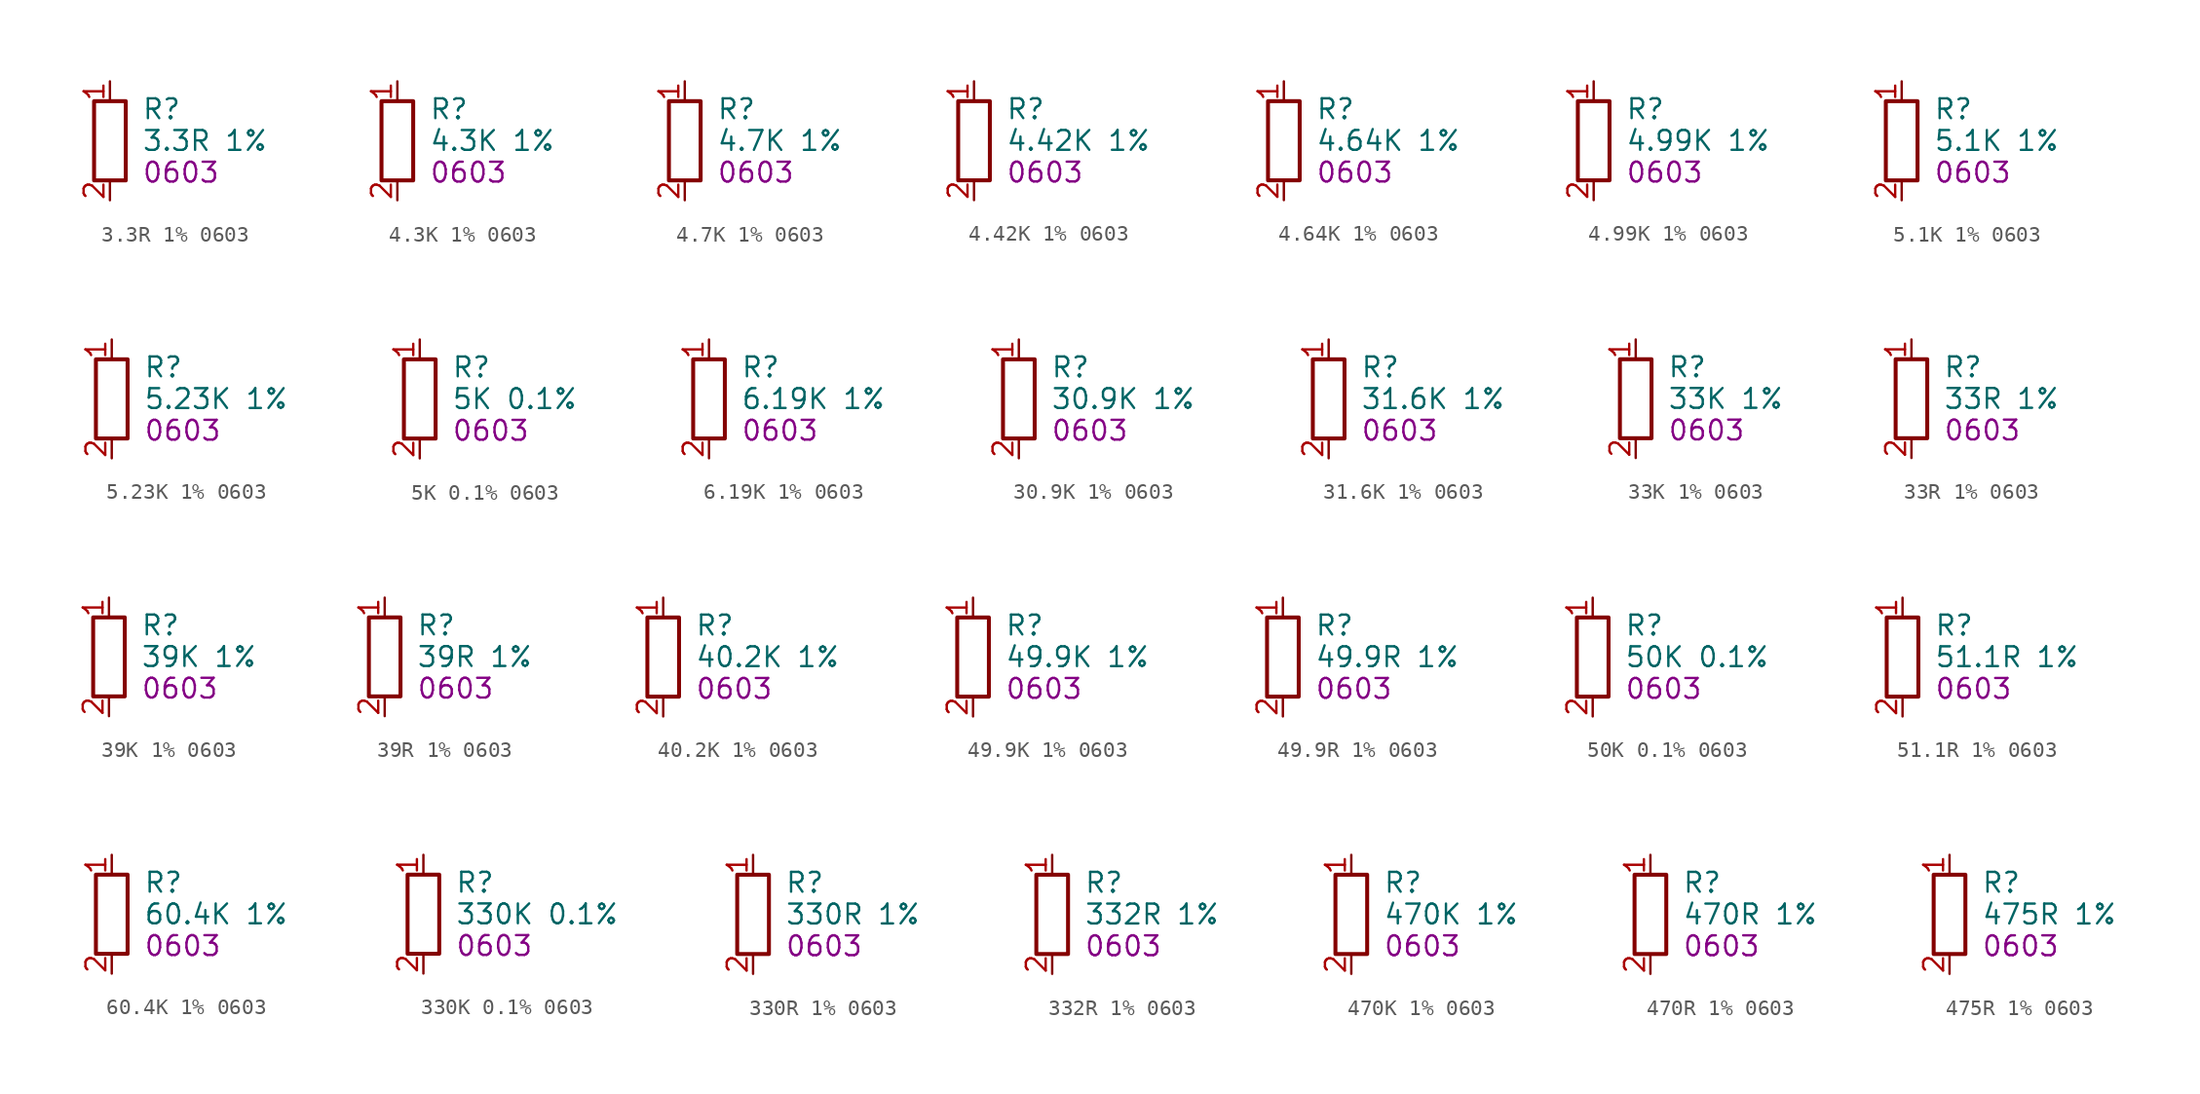
<source format=kicad_sym>
(kicad_symbol_lib
  (version 20241209)
  (generator "kicad_symbol_editor")
  (generator_version "9.0")
  (symbol "3.3R 1% 0603"
    (property "Reference" "R"
      (at 2.032 2.032 0)
      (effects (font (size 1.27 1.27)) (justify left)))
    (property "Value" "3.3R 1%"
      (at 2.032 0 0)
      (effects (font (size 1.27 1.27)) (justify left)))
    (property "FOOTPRINT_SHORT" "0603"
      (at 2.032 -2.032 0)
      (effects (font (size 1.27 1.27)) (justify left)))
    (symbol "3.3R 1% 0603_0_1"
      (rectangle (start -1.016 2.54) (end 1.016 -2.54) (stroke (width 0.254) (type default)) (fill (type none))))
    (symbol "3.3R 1% 0603_1_1"
      (pin passive line (at 0 3.81 270) (length 1.27) (name "~" (effects (font (size 1.27 1.27)))) (number "1" (effects (font (size 1.27 1.27)))))
      (pin passive line (at 0 -3.81 90) (length 1.27) (name "~" (effects (font (size 1.27 1.27)))) (number "2" (effects (font (size 1.27 1.27)))))))
  (symbol "4.3K 1% 0603"
    (property "Reference" "R"
      (at 2.032 2.032 0)
      (effects (font (size 1.27 1.27)) (justify left)))
    (property "Value" "4.3K 1%"
      (at 2.032 0 0)
      (effects (font (size 1.27 1.27)) (justify left)))
    (property "FOOTPRINT_SHORT" "0603"
      (at 2.032 -2.032 0)
      (effects (font (size 1.27 1.27)) (justify left)))
    (symbol "4.3K 1% 0603_0_1"
      (rectangle (start -1.016 2.54) (end 1.016 -2.54) (stroke (width 0.254) (type default)) (fill (type none))))
    (symbol "4.3K 1% 0603_1_1"
      (pin passive line (at 0 3.81 270) (length 1.27) (name "~" (effects (font (size 1.27 1.27)))) (number "1" (effects (font (size 1.27 1.27)))))
      (pin passive line (at 0 -3.81 90) (length 1.27) (name "~" (effects (font (size 1.27 1.27)))) (number "2" (effects (font (size 1.27 1.27)))))))
  (symbol "4.7K 1% 0603"
    (property "Reference" "R"
      (at 2.032 2.032 0)
      (effects (font (size 1.27 1.27)) (justify left)))
    (property "Value" "4.7K 1%"
      (at 2.032 0 0)
      (effects (font (size 1.27 1.27)) (justify left)))
    (property "FOOTPRINT_SHORT" "0603"
      (at 2.032 -2.032 0)
      (effects (font (size 1.27 1.27)) (justify left)))
    (symbol "4.7K 1% 0603_0_1"
      (rectangle (start -1.016 2.54) (end 1.016 -2.54) (stroke (width 0.254) (type default)) (fill (type none))))
    (symbol "4.7K 1% 0603_1_1"
      (pin passive line (at 0 3.81 270) (length 1.27) (name "~" (effects (font (size 1.27 1.27)))) (number "1" (effects (font (size 1.27 1.27)))))
      (pin passive line (at 0 -3.81 90) (length 1.27) (name "~" (effects (font (size 1.27 1.27)))) (number "2" (effects (font (size 1.27 1.27)))))))
  (symbol "4.42K 1% 0603"
    (property "Reference" "R"
      (at 2.032 2.032 0)
      (effects (font (size 1.27 1.27)) (justify left)))
    (property "Value" "4.42K 1%"
      (at 2.032 0 0)
      (effects (font (size 1.27 1.27)) (justify left)))
    (property "FOOTPRINT_SHORT" "0603"
      (at 2.032 -2.032 0)
      (effects (font (size 1.27 1.27)) (justify left)))
    (symbol "4.42K 1% 0603_0_1"
      (rectangle (start -1.016 2.54) (end 1.016 -2.54) (stroke (width 0.254) (type default)) (fill (type none))))
    (symbol "4.42K 1% 0603_1_1"
      (pin passive line (at 0 3.81 270) (length 1.27) (name "~" (effects (font (size 1.27 1.27)))) (number "1" (effects (font (size 1.27 1.27)))))
      (pin passive line (at 0 -3.81 90) (length 1.27) (name "~" (effects (font (size 1.27 1.27)))) (number "2" (effects (font (size 1.27 1.27)))))))
  (symbol "4.64K 1% 0603"
    (property "Reference" "R"
      (at 2.032 2.032 0)
      (effects (font (size 1.27 1.27)) (justify left)))
    (property "Value" "4.64K 1%"
      (at 2.032 0 0)
      (effects (font (size 1.27 1.27)) (justify left)))
    (property "FOOTPRINT_SHORT" "0603"
      (at 2.032 -2.032 0)
      (effects (font (size 1.27 1.27)) (justify left)))
    (symbol "4.64K 1% 0603_0_1"
      (rectangle (start -1.016 2.54) (end 1.016 -2.54) (stroke (width 0.254) (type default)) (fill (type none))))
    (symbol "4.64K 1% 0603_1_1"
      (pin passive line (at 0 3.81 270) (length 1.27) (name "~" (effects (font (size 1.27 1.27)))) (number "1" (effects (font (size 1.27 1.27)))))
      (pin passive line (at 0 -3.81 90) (length 1.27) (name "~" (effects (font (size 1.27 1.27)))) (number "2" (effects (font (size 1.27 1.27)))))))
  (symbol "4.99K 1% 0603"
    (property "Reference" "R"
      (at 2.032 2.032 0)
      (effects (font (size 1.27 1.27)) (justify left)))
    (property "Value" "4.99K 1%"
      (at 2.032 0 0)
      (effects (font (size 1.27 1.27)) (justify left)))
    (property "FOOTPRINT_SHORT" "0603"
      (at 2.032 -2.032 0)
      (effects (font (size 1.27 1.27)) (justify left)))
    (symbol "4.99K 1% 0603_0_1"
      (rectangle (start -1.016 2.54) (end 1.016 -2.54) (stroke (width 0.254) (type default)) (fill (type none))))
    (symbol "4.99K 1% 0603_1_1"
      (pin passive line (at 0 3.81 270) (length 1.27) (name "~" (effects (font (size 1.27 1.27)))) (number "1" (effects (font (size 1.27 1.27)))))
      (pin passive line (at 0 -3.81 90) (length 1.27) (name "~" (effects (font (size 1.27 1.27)))) (number "2" (effects (font (size 1.27 1.27)))))))
  (symbol "5.1K 1% 0603"
    (property "Reference" "R"
      (at 2.032 2.032 0)
      (effects (font (size 1.27 1.27)) (justify left)))
    (property "Value" "5.1K 1%"
      (at 2.032 0 0)
      (effects (font (size 1.27 1.27)) (justify left)))
    (property "FOOTPRINT_SHORT" "0603"
      (at 2.032 -2.032 0)
      (effects (font (size 1.27 1.27)) (justify left)))
    (symbol "5.1K 1% 0603_0_1"
      (rectangle (start -1.016 2.54) (end 1.016 -2.54) (stroke (width 0.254) (type default)) (fill (type none))))
    (symbol "5.1K 1% 0603_1_1"
      (pin passive line (at 0 3.81 270) (length 1.27) (name "~" (effects (font (size 1.27 1.27)))) (number "1" (effects (font (size 1.27 1.27)))))
      (pin passive line (at 0 -3.81 90) (length 1.27) (name "~" (effects (font (size 1.27 1.27)))) (number "2" (effects (font (size 1.27 1.27)))))))
  (symbol "5.23K 1% 0603"
    (property "Reference" "R"
      (at 2.032 2.032 0)
      (effects (font (size 1.27 1.27)) (justify left)))
    (property "Value" "5.23K 1%"
      (at 2.032 0 0)
      (effects (font (size 1.27 1.27)) (justify left)))
    (property "FOOTPRINT_SHORT" "0603"
      (at 2.032 -2.032 0)
      (effects (font (size 1.27 1.27)) (justify left)))
    (symbol "5.23K 1% 0603_0_1"
      (rectangle (start -1.016 2.54) (end 1.016 -2.54) (stroke (width 0.254) (type default)) (fill (type none))))
    (symbol "5.23K 1% 0603_1_1"
      (pin passive line (at 0 3.81 270) (length 1.27) (name "~" (effects (font (size 1.27 1.27)))) (number "1" (effects (font (size 1.27 1.27)))))
      (pin passive line (at 0 -3.81 90) (length 1.27) (name "~" (effects (font (size 1.27 1.27)))) (number "2" (effects (font (size 1.27 1.27)))))))
  (symbol "5K 0.1% 0603"
    (property "Reference" "R"
      (at 2.032 2.032 0)
      (effects (font (size 1.27 1.27)) (justify left)))
    (property "Value" "5K 0.1%"
      (at 2.032 0 0)
      (effects (font (size 1.27 1.27)) (justify left)))
    (property "FOOTPRINT_SHORT" "0603"
      (at 2.032 -2.032 0)
      (effects (font (size 1.27 1.27)) (justify left)))
    (symbol "5K 0.1% 0603_0_1"
      (rectangle (start -1.016 2.54) (end 1.016 -2.54) (stroke (width 0.254) (type default)) (fill (type none))))
    (symbol "5K 0.1% 0603_1_1"
      (pin passive line (at 0 3.81 270) (length 1.27) (name "~" (effects (font (size 1.27 1.27)))) (number "1" (effects (font (size 1.27 1.27)))))
      (pin passive line (at 0 -3.81 90) (length 1.27) (name "~" (effects (font (size 1.27 1.27)))) (number "2" (effects (font (size 1.27 1.27)))))))
  (symbol "6.19K 1% 0603"
    (property "Reference" "R"
      (at 2.032 2.032 0)
      (effects (font (size 1.27 1.27)) (justify left)))
    (property "Value" "6.19K 1%"
      (at 2.032 0 0)
      (effects (font (size 1.27 1.27)) (justify left)))
    (property "FOOTPRINT_SHORT" "0603"
      (at 2.032 -2.032 0)
      (effects (font (size 1.27 1.27)) (justify left)))
    (symbol "6.19K 1% 0603_0_1"
      (rectangle (start -1.016 2.54) (end 1.016 -2.54) (stroke (width 0.254) (type default)) (fill (type none))))
    (symbol "6.19K 1% 0603_1_1"
      (pin passive line (at 0 3.81 270) (length 1.27) (name "~" (effects (font (size 1.27 1.27)))) (number "1" (effects (font (size 1.27 1.27)))))
      (pin passive line (at 0 -3.81 90) (length 1.27) (name "~" (effects (font (size 1.27 1.27)))) (number "2" (effects (font (size 1.27 1.27)))))))
  (symbol "30.9K 1% 0603"
    (property "Reference" "R"
      (at 2.032 2.032 0)
      (effects (font (size 1.27 1.27)) (justify left)))
    (property "Value" "30.9K 1%"
      (at 2.032 0 0)
      (effects (font (size 1.27 1.27)) (justify left)))
    (property "FOOTPRINT_SHORT" "0603"
      (at 2.032 -2.032 0)
      (effects (font (size 1.27 1.27)) (justify left)))
    (symbol "30.9K 1% 0603_0_1"
      (rectangle (start -1.016 2.54) (end 1.016 -2.54) (stroke (width 0.254) (type default)) (fill (type none))))
    (symbol "30.9K 1% 0603_1_1"
      (pin passive line (at 0 3.81 270) (length 1.27) (name "~" (effects (font (size 1.27 1.27)))) (number "1" (effects (font (size 1.27 1.27)))))
      (pin passive line (at 0 -3.81 90) (length 1.27) (name "~" (effects (font (size 1.27 1.27)))) (number "2" (effects (font (size 1.27 1.27)))))))
  (symbol "31.6K 1% 0603"
    (property "Reference" "R"
      (at 2.032 2.032 0)
      (effects (font (size 1.27 1.27)) (justify left)))
    (property "Value" "31.6K 1%"
      (at 2.032 0 0)
      (effects (font (size 1.27 1.27)) (justify left)))
    (property "FOOTPRINT_SHORT" "0603"
      (at 2.032 -2.032 0)
      (effects (font (size 1.27 1.27)) (justify left)))
    (symbol "31.6K 1% 0603_0_1"
      (rectangle (start -1.016 2.54) (end 1.016 -2.54) (stroke (width 0.254) (type default)) (fill (type none))))
    (symbol "31.6K 1% 0603_1_1"
      (pin passive line (at 0 3.81 270) (length 1.27) (name "~" (effects (font (size 1.27 1.27)))) (number "1" (effects (font (size 1.27 1.27)))))
      (pin passive line (at 0 -3.81 90) (length 1.27) (name "~" (effects (font (size 1.27 1.27)))) (number "2" (effects (font (size 1.27 1.27)))))))
  (symbol "33K 1% 0603"
    (property "Reference" "R"
      (at 2.032 2.032 0)
      (effects (font (size 1.27 1.27)) (justify left)))
    (property "Value" "33K 1%"
      (at 2.032 0 0)
      (effects (font (size 1.27 1.27)) (justify left)))
    (property "FOOTPRINT_SHORT" "0603"
      (at 2.032 -2.032 0)
      (effects (font (size 1.27 1.27)) (justify left)))
    (symbol "33K 1% 0603_0_1"
      (rectangle (start -1.016 2.54) (end 1.016 -2.54) (stroke (width 0.254) (type default)) (fill (type none))))
    (symbol "33K 1% 0603_1_1"
      (pin passive line (at 0 3.81 270) (length 1.27) (name "~" (effects (font (size 1.27 1.27)))) (number "1" (effects (font (size 1.27 1.27)))))
      (pin passive line (at 0 -3.81 90) (length 1.27) (name "~" (effects (font (size 1.27 1.27)))) (number "2" (effects (font (size 1.27 1.27)))))))
  (symbol "33R 1% 0603"
    (property "Reference" "R"
      (at 2.032 2.032 0)
      (effects (font (size 1.27 1.27)) (justify left)))
    (property "Value" "33R 1%"
      (at 2.032 0 0)
      (effects (font (size 1.27 1.27)) (justify left)))
    (property "FOOTPRINT_SHORT" "0603"
      (at 2.032 -2.032 0)
      (effects (font (size 1.27 1.27)) (justify left)))
    (symbol "33R 1% 0603_0_1"
      (rectangle (start -1.016 2.54) (end 1.016 -2.54) (stroke (width 0.254) (type default)) (fill (type none))))
    (symbol "33R 1% 0603_1_1"
      (pin passive line (at 0 3.81 270) (length 1.27) (name "~" (effects (font (size 1.27 1.27)))) (number "1" (effects (font (size 1.27 1.27)))))
      (pin passive line (at 0 -3.81 90) (length 1.27) (name "~" (effects (font (size 1.27 1.27)))) (number "2" (effects (font (size 1.27 1.27)))))))
  (symbol "39K 1% 0603"
    (property "Reference" "R"
      (at 2.032 2.032 0)
      (effects (font (size 1.27 1.27)) (justify left)))
    (property "Value" "39K 1%"
      (at 2.032 0 0)
      (effects (font (size 1.27 1.27)) (justify left)))
    (property "FOOTPRINT_SHORT" "0603"
      (at 2.032 -2.032 0)
      (effects (font (size 1.27 1.27)) (justify left)))
    (symbol "39K 1% 0603_0_1"
      (rectangle (start -1.016 2.54) (end 1.016 -2.54) (stroke (width 0.254) (type default)) (fill (type none))))
    (symbol "39K 1% 0603_1_1"
      (pin passive line (at 0 3.81 270) (length 1.27) (name "~" (effects (font (size 1.27 1.27)))) (number "1" (effects (font (size 1.27 1.27)))))
      (pin passive line (at 0 -3.81 90) (length 1.27) (name "~" (effects (font (size 1.27 1.27)))) (number "2" (effects (font (size 1.27 1.27)))))))
  (symbol "39R 1% 0603"
    (property "Reference" "R"
      (at 2.032 2.032 0)
      (effects (font (size 1.27 1.27)) (justify left)))
    (property "Value" "39R 1%"
      (at 2.032 0 0)
      (effects (font (size 1.27 1.27)) (justify left)))
    (property "FOOTPRINT_SHORT" "0603"
      (at 2.032 -2.032 0)
      (effects (font (size 1.27 1.27)) (justify left)))
    (symbol "39R 1% 0603_0_1"
      (rectangle (start -1.016 2.54) (end 1.016 -2.54) (stroke (width 0.254) (type default)) (fill (type none))))
    (symbol "39R 1% 0603_1_1"
      (pin passive line (at 0 3.81 270) (length 1.27) (name "~" (effects (font (size 1.27 1.27)))) (number "1" (effects (font (size 1.27 1.27)))))
      (pin passive line (at 0 -3.81 90) (length 1.27) (name "~" (effects (font (size 1.27 1.27)))) (number "2" (effects (font (size 1.27 1.27)))))))
  (symbol "40.2K 1% 0603"
    (property "Reference" "R"
      (at 2.032 2.032 0)
      (effects (font (size 1.27 1.27)) (justify left)))
    (property "Value" "40.2K 1%"
      (at 2.032 0 0)
      (effects (font (size 1.27 1.27)) (justify left)))
    (property "FOOTPRINT_SHORT" "0603"
      (at 2.032 -2.032 0)
      (effects (font (size 1.27 1.27)) (justify left)))
    (symbol "40.2K 1% 0603_0_1"
      (rectangle (start -1.016 2.54) (end 1.016 -2.54) (stroke (width 0.254) (type default)) (fill (type none))))
    (symbol "40.2K 1% 0603_1_1"
      (pin passive line (at 0 3.81 270) (length 1.27) (name "~" (effects (font (size 1.27 1.27)))) (number "1" (effects (font (size 1.27 1.27)))))
      (pin passive line (at 0 -3.81 90) (length 1.27) (name "~" (effects (font (size 1.27 1.27)))) (number "2" (effects (font (size 1.27 1.27)))))))
  (symbol "49.9K 1% 0603"
    (property "Reference" "R"
      (at 2.032 2.032 0)
      (effects (font (size 1.27 1.27)) (justify left)))
    (property "Value" "49.9K 1%"
      (at 2.032 0 0)
      (effects (font (size 1.27 1.27)) (justify left)))
    (property "FOOTPRINT_SHORT" "0603"
      (at 2.032 -2.032 0)
      (effects (font (size 1.27 1.27)) (justify left)))
    (symbol "49.9K 1% 0603_0_1"
      (rectangle (start -1.016 2.54) (end 1.016 -2.54) (stroke (width 0.254) (type default)) (fill (type none))))
    (symbol "49.9K 1% 0603_1_1"
      (pin passive line (at 0 3.81 270) (length 1.27) (name "~" (effects (font (size 1.27 1.27)))) (number "1" (effects (font (size 1.27 1.27)))))
      (pin passive line (at 0 -3.81 90) (length 1.27) (name "~" (effects (font (size 1.27 1.27)))) (number "2" (effects (font (size 1.27 1.27)))))))
  (symbol "49.9R 1% 0603"
    (property "Reference" "R"
      (at 2.032 2.032 0)
      (effects (font (size 1.27 1.27)) (justify left)))
    (property "Value" "49.9R 1%"
      (at 2.032 0 0)
      (effects (font (size 1.27 1.27)) (justify left)))
    (property "FOOTPRINT_SHORT" "0603"
      (at 2.032 -2.032 0)
      (effects (font (size 1.27 1.27)) (justify left)))
    (symbol "49.9R 1% 0603_0_1"
      (rectangle (start -1.016 2.54) (end 1.016 -2.54) (stroke (width 0.254) (type default)) (fill (type none))))
    (symbol "49.9R 1% 0603_1_1"
      (pin passive line (at 0 3.81 270) (length 1.27) (name "~" (effects (font (size 1.27 1.27)))) (number "1" (effects (font (size 1.27 1.27)))))
      (pin passive line (at 0 -3.81 90) (length 1.27) (name "~" (effects (font (size 1.27 1.27)))) (number "2" (effects (font (size 1.27 1.27)))))))
  (symbol "50K 0.1% 0603"
    (property "Reference" "R"
      (at 2.032 2.032 0)
      (effects (font (size 1.27 1.27)) (justify left)))
    (property "Value" "50K 0.1%"
      (at 2.032 0 0)
      (effects (font (size 1.27 1.27)) (justify left)))
    (property "FOOTPRINT_SHORT" "0603"
      (at 2.032 -2.032 0)
      (effects (font (size 1.27 1.27)) (justify left)))
    (symbol "50K 0.1% 0603_0_1"
      (rectangle (start -1.016 2.54) (end 1.016 -2.54) (stroke (width 0.254) (type default)) (fill (type none))))
    (symbol "50K 0.1% 0603_1_1"
      (pin passive line (at 0 3.81 270) (length 1.27) (name "~" (effects (font (size 1.27 1.27)))) (number "1" (effects (font (size 1.27 1.27)))))
      (pin passive line (at 0 -3.81 90) (length 1.27) (name "~" (effects (font (size 1.27 1.27)))) (number "2" (effects (font (size 1.27 1.27)))))))
  (symbol "51.1R 1% 0603"
    (property "Reference" "R"
      (at 2.032 2.032 0)
      (effects (font (size 1.27 1.27)) (justify left)))
    (property "Value" "51.1R 1%"
      (at 2.032 0 0)
      (effects (font (size 1.27 1.27)) (justify left)))
    (property "FOOTPRINT_SHORT" "0603"
      (at 2.032 -2.032 0)
      (effects (font (size 1.27 1.27)) (justify left)))
    (symbol "51.1R 1% 0603_0_1"
      (rectangle (start -1.016 2.54) (end 1.016 -2.54) (stroke (width 0.254) (type default)) (fill (type none))))
    (symbol "51.1R 1% 0603_1_1"
      (pin passive line (at 0 3.81 270) (length 1.27) (name "~" (effects (font (size 1.27 1.27)))) (number "1" (effects (font (size 1.27 1.27)))))
      (pin passive line (at 0 -3.81 90) (length 1.27) (name "~" (effects (font (size 1.27 1.27)))) (number "2" (effects (font (size 1.27 1.27)))))))
  (symbol "60.4K 1% 0603"
    (property "Reference" "R"
      (at 2.032 2.032 0)
      (effects (font (size 1.27 1.27)) (justify left)))
    (property "Value" "60.4K 1%"
      (at 2.032 0 0)
      (effects (font (size 1.27 1.27)) (justify left)))
    (property "FOOTPRINT_SHORT" "0603"
      (at 2.032 -2.032 0)
      (effects (font (size 1.27 1.27)) (justify left)))
    (symbol "60.4K 1% 0603_0_1"
      (rectangle (start -1.016 2.54) (end 1.016 -2.54) (stroke (width 0.254) (type default)) (fill (type none))))
    (symbol "60.4K 1% 0603_1_1"
      (pin passive line (at 0 3.81 270) (length 1.27) (name "~" (effects (font (size 1.27 1.27)))) (number "1" (effects (font (size 1.27 1.27)))))
      (pin passive line (at 0 -3.81 90) (length 1.27) (name "~" (effects (font (size 1.27 1.27)))) (number "2" (effects (font (size 1.27 1.27)))))))
  (symbol "330K 0.1% 0603"
    (property "Reference" "R"
      (at 2.032 2.032 0)
      (effects (font (size 1.27 1.27)) (justify left)))
    (property "Value" "330K 0.1%"
      (at 2.032 0 0)
      (effects (font (size 1.27 1.27)) (justify left)))
    (property "FOOTPRINT_SHORT" "0603"
      (at 2.032 -2.032 0)
      (effects (font (size 1.27 1.27)) (justify left)))
    (symbol "330K 0.1% 0603_0_1"
      (rectangle (start -1.016 2.54) (end 1.016 -2.54) (stroke (width 0.254) (type default)) (fill (type none))))
    (symbol "330K 0.1% 0603_1_1"
      (pin passive line (at 0 3.81 270) (length 1.27) (name "~" (effects (font (size 1.27 1.27)))) (number "1" (effects (font (size 1.27 1.27)))))
      (pin passive line (at 0 -3.81 90) (length 1.27) (name "~" (effects (font (size 1.27 1.27)))) (number "2" (effects (font (size 1.27 1.27)))))))
  (symbol "330R 1% 0603"
    (property "Reference" "R"
      (at 2.032 2.032 0)
      (effects (font (size 1.27 1.27)) (justify left)))
    (property "Value" "330R 1%"
      (at 2.032 0 0)
      (effects (font (size 1.27 1.27)) (justify left)))
    (property "FOOTPRINT_SHORT" "0603"
      (at 2.032 -2.032 0)
      (effects (font (size 1.27 1.27)) (justify left)))
    (symbol "330R 1% 0603_0_1"
      (rectangle (start -1.016 2.54) (end 1.016 -2.54) (stroke (width 0.254) (type default)) (fill (type none))))
    (symbol "330R 1% 0603_1_1"
      (pin passive line (at 0 3.81 270) (length 1.27) (name "~" (effects (font (size 1.27 1.27)))) (number "1" (effects (font (size 1.27 1.27)))))
      (pin passive line (at 0 -3.81 90) (length 1.27) (name "~" (effects (font (size 1.27 1.27)))) (number "2" (effects (font (size 1.27 1.27)))))))
  (symbol "332R 1% 0603"
    (property "Reference" "R"
      (at 2.032 2.032 0)
      (effects (font (size 1.27 1.27)) (justify left)))
    (property "Value" "332R 1%"
      (at 2.032 0 0)
      (effects (font (size 1.27 1.27)) (justify left)))
    (property "FOOTPRINT_SHORT" "0603"
      (at 2.032 -2.032 0)
      (effects (font (size 1.27 1.27)) (justify left)))
    (symbol "332R 1% 0603_0_1"
      (rectangle (start -1.016 2.54) (end 1.016 -2.54) (stroke (width 0.254) (type default)) (fill (type none))))
    (symbol "332R 1% 0603_1_1"
      (pin passive line (at 0 3.81 270) (length 1.27) (name "~" (effects (font (size 1.27 1.27)))) (number "1" (effects (font (size 1.27 1.27)))))
      (pin passive line (at 0 -3.81 90) (length 1.27) (name "~" (effects (font (size 1.27 1.27)))) (number "2" (effects (font (size 1.27 1.27)))))))
  (symbol "470K 1% 0603"
    (property "Reference" "R"
      (at 2.032 2.032 0)
      (effects (font (size 1.27 1.27)) (justify left)))
    (property "Value" "470K 1%"
      (at 2.032 0 0)
      (effects (font (size 1.27 1.27)) (justify left)))
    (property "FOOTPRINT_SHORT" "0603"
      (at 2.032 -2.032 0)
      (effects (font (size 1.27 1.27)) (justify left)))
    (symbol "470K 1% 0603_0_1"
      (rectangle (start -1.016 2.54) (end 1.016 -2.54) (stroke (width 0.254) (type default)) (fill (type none))))
    (symbol "470K 1% 0603_1_1"
      (pin passive line (at 0 3.81 270) (length 1.27) (name "~" (effects (font (size 1.27 1.27)))) (number "1" (effects (font (size 1.27 1.27)))))
      (pin passive line (at 0 -3.81 90) (length 1.27) (name "~" (effects (font (size 1.27 1.27)))) (number "2" (effects (font (size 1.27 1.27)))))))
  (symbol "470R 1% 0603"
    (property "Reference" "R"
      (at 2.032 2.032 0)
      (effects (font (size 1.27 1.27)) (justify left)))
    (property "Value" "470R 1%"
      (at 2.032 0 0)
      (effects (font (size 1.27 1.27)) (justify left)))
    (property "FOOTPRINT_SHORT" "0603"
      (at 2.032 -2.032 0)
      (effects (font (size 1.27 1.27)) (justify left)))
    (symbol "470R 1% 0603_0_1"
      (rectangle (start -1.016 2.54) (end 1.016 -2.54) (stroke (width 0.254) (type default)) (fill (type none))))
    (symbol "470R 1% 0603_1_1"
      (pin passive line (at 0 3.81 270) (length 1.27) (name "~" (effects (font (size 1.27 1.27)))) (number "1" (effects (font (size 1.27 1.27)))))
      (pin passive line (at 0 -3.81 90) (length 1.27) (name "~" (effects (font (size 1.27 1.27)))) (number "2" (effects (font (size 1.27 1.27)))))))
  (symbol "475R 1% 0603"
    (property "Reference" "R"
      (at 2.032 2.032 0)
      (effects (font (size 1.27 1.27)) (justify left)))
    (property "Value" "475R 1%"
      (at 2.032 0 0)
      (effects (font (size 1.27 1.27)) (justify left)))
    (property "FOOTPRINT_SHORT" "0603"
      (at 2.032 -2.032 0)
      (effects (font (size 1.27 1.27)) (justify left)))
    (symbol "475R 1% 0603_0_1"
      (rectangle (start -1.016 2.54) (end 1.016 -2.54) (stroke (width 0.254) (type default)) (fill (type none))))
    (symbol "475R 1% 0603_1_1"
      (pin passive line (at 0 3.81 270) (length 1.27) (name "~" (effects (font (size 1.27 1.27)))) (number "1" (effects (font (size 1.27 1.27)))))
      (pin passive line (at 0 -3.81 90) (length 1.27) (name "~" (effects (font (size 1.27 1.27)))) (number "2" (effects (font (size 1.27 1.27))))))))
</source>
